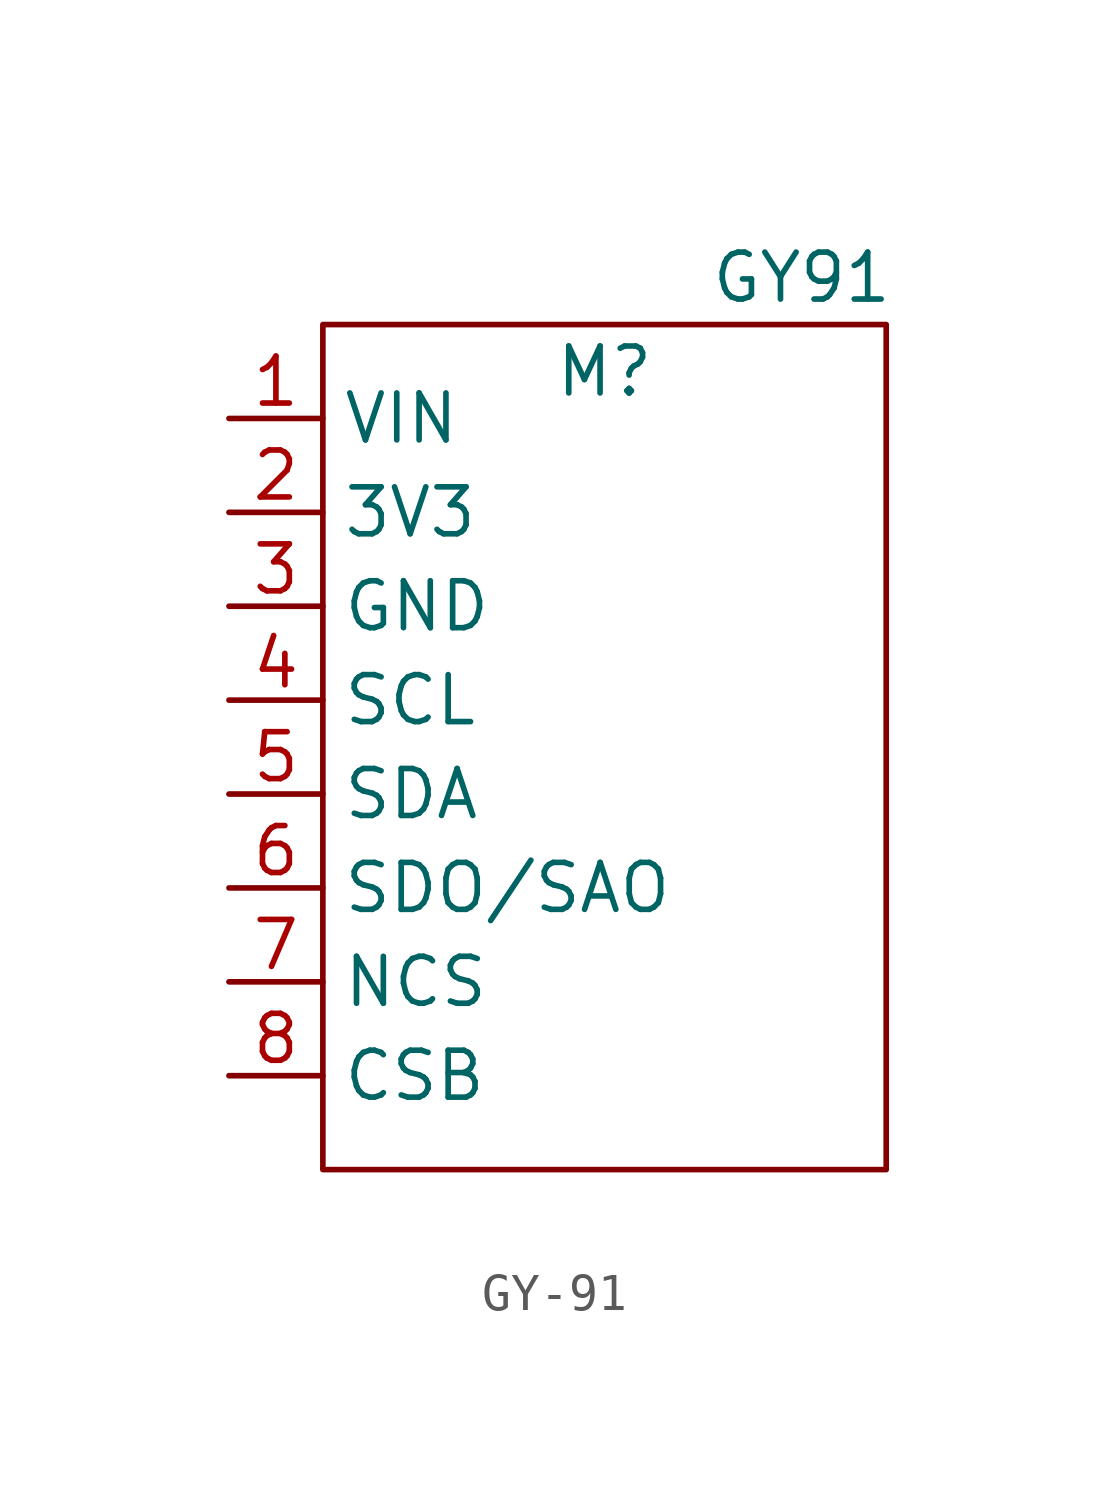
<source format=kicad_sym>
(kicad_symbol_lib
  (version 20241209)
  (generator "kicad_symbol_editor")
  (generator_version "9.0")
  (symbol "GY-91"
    (property "Reference" "M"
      (at 0 10.16 0)
      (effects (font (size 1.27 1.27))))
    (property "Value" "GY91"
      (at 5.334 12.7 0)
      (effects (font (size 1.27 1.27))))
    (symbol "GY-91_0_1"
      (rectangle (start 7.62 11.43) (end -7.62 -11.43) (stroke (width 0) (type default)) (fill (type none))))
    (symbol "GY-91_1_1"
      (pin power_in line (at -10.16 8.89 0) (length 2.54) (name "VIN" (effects (font (size 1.27 1.27)))) (number "1" (effects (font (size 1.27 1.27)))))
      (pin power_out line (at -10.16 6.35 0) (length 2.54) (name "3V3" (effects (font (size 1.27 1.27)))) (number "2" (effects (font (size 1.27 1.27)))))
      (pin power_in line (at -10.16 3.81 0) (length 2.54) (name "GND" (effects (font (size 1.27 1.27)))) (number "3" (effects (font (size 1.27 1.27)))))
      (pin passive line (at -10.16 1.27 0) (length 2.54) (name "SCL" (effects (font (size 1.27 1.27)))) (number "4" (effects (font (size 1.27 1.27)))) (alternate "SCK" passive line))
      (pin passive line (at -10.16 -1.27 0) (length 2.54) (name "SDA" (effects (font (size 1.27 1.27)))) (number "5" (effects (font (size 1.27 1.27)))) (alternate "MOSI" passive line))
      (pin passive line (at -10.16 -3.81 0) (length 2.54) (name "SDO/SAO" (effects (font (size 1.27 1.27)))) (number "6" (effects (font (size 1.27 1.27)))) (alternate "MISO" passive line))
      (pin passive line (at -10.16 -6.35 0) (length 2.54) (name "NCS" (effects (font (size 1.27 1.27)))) (number "7" (effects (font (size 1.27 1.27)))))
      (pin passive line (at -10.16 -8.89 0) (length 2.54) (name "CSB" (effects (font (size 1.27 1.27)))) (number "8" (effects (font (size 1.27 1.27))))))))
</source>
